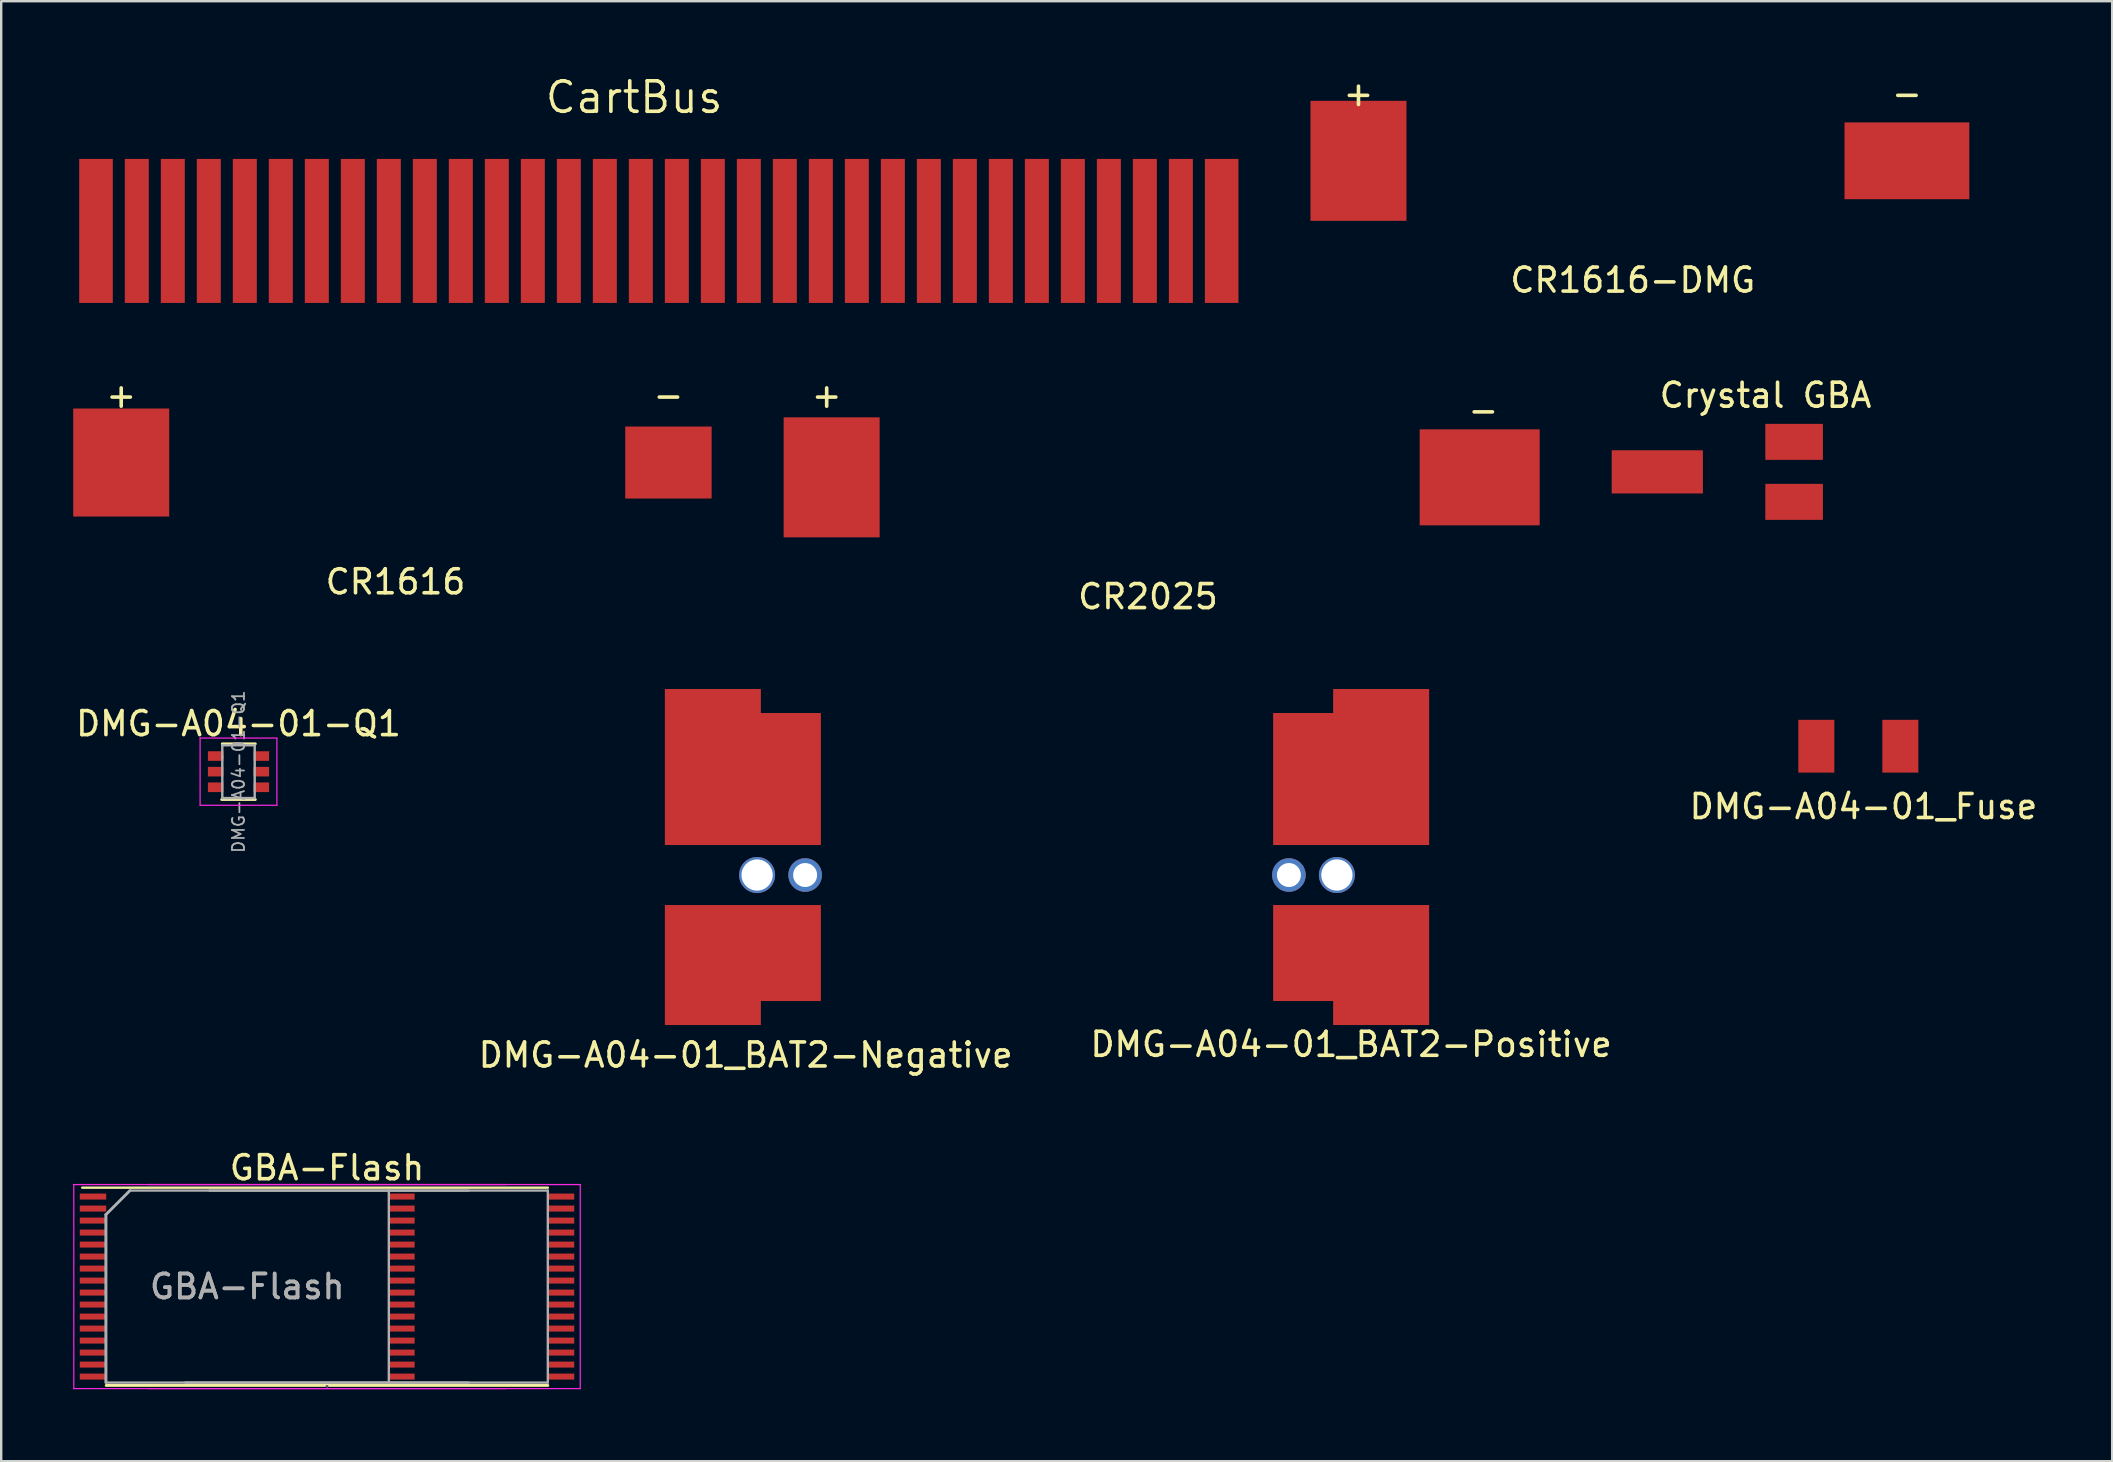
<source format=kicad_pcb>
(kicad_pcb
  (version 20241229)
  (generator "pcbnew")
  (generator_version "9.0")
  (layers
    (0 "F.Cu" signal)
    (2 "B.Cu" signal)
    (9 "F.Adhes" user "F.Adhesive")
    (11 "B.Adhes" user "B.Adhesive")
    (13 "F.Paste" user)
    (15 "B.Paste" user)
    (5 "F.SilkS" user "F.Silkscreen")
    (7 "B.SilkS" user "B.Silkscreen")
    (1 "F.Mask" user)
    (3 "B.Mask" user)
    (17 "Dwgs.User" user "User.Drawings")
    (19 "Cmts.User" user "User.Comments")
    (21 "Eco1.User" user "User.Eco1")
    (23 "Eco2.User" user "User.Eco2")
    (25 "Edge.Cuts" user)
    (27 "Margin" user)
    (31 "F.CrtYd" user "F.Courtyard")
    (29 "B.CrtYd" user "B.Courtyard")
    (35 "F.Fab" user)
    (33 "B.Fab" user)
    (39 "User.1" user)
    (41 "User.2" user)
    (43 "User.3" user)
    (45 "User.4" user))
  (footprint "Crystal GBA"
    (layer "F.Cu")
    (at 70.5 16.61)
    (property "Reference" "Crystal GBA" (at 0.01 -3.19 0) (layer "F.SilkS") (effects (font (size 1 1) (thickness 0.15))))
    (attr through_hole)
    (pad "1" smd rect (at 1.2 -1.25 90) (size 1.5 2.4) (layers "F.Cu" "F.Mask" "F.Paste"))
    (pad "2" smd rect (at 1.2 1.25 90) (size 1.5 2.4) (layers "F.Cu" "F.Mask" "F.Paste"))
    (pad "3" smd rect (at -4.5 0 90) (size 1.8 3.8) (layers "F.Cu" "F.Mask" "F.Paste")))
  (footprint "CR1616"
    (layer "F.Cu")
    (at 13.5 16.221)
    (property "Reference" "CR1616" (at -0.071 4.971 0) (layer "F.SilkS") (effects (font (size 1 1) (thickness 0.15))))
    (attr through_hole)
    (fp_text user "-" (at 11.3 -2.802 0) (layer "F.SilkS") (effects (font (size 1 1) (thickness 0.15))))
    (fp_text user "+" (at -11.5 -2.802 0) (layer "F.SilkS") (effects (font (size 1 1) (thickness 0.15))))
    (pad "1" smd rect (at -11.5 0) (size 4 4.5) (layers "F.Cu" "F.Mask" "F.Paste"))
    (pad "2" smd rect (at 11.3 0) (size 3.6 3) (layers "F.Cu" "F.Mask" "F.Paste")))
  (footprint "DMG-A04-01_BAT2-Positive"
    (layer "F.Cu")
    (at 53.244 33.407)
    (property "Reference" "DMG-A04-01_BAT2-Positive" (at 0 7.056 0) (layer "F.SilkS") (effects (font (size 1 1) (thickness 0.15))))
    (attr through_hole)
    (pad "1" thru_hole circle (at -2.593 0) (size 1.4 1.4) (drill 1) (layers "*.Cu" "*.Mask"))
    (pad "1" thru_hole circle (at -0.593 0) (size 1.5 1.5) (drill 1.3) (layers "*.Cu" "*.Mask"))
    (pad "1" smd custom (at 0 -4) (size 6.5 5.5) (layers "F.Cu" "F.Mask" "F.Paste") (options (anchor rect)) (primitives (gr_poly (pts (xy 3.25 -3.75) (xy 3.25 -2.75) (xy -0.75 -2.75) (xy -0.75 -3.75)) (width 0) (fill yes))))
    (pad "1" smd custom (at 0 3.25) (size 6.5 4) (layers "F.Cu" "F.Mask" "F.Paste") (options (anchor rect)) (primitives (gr_poly (pts (xy 3.25 3) (xy 3.25 2) (xy -0.75 2) (xy -0.75 3)) (width 0) (fill yes)))))
  (footprint "CartBus"
    (layer "F.Cu")
    (at 0.25 3.571)
    (property "Reference" "CartBus" (at 23.12 -2.565 0) (layer "F.SilkS") (effects (font (size 1.27 1.27) (thickness 0.15))))
    (attr through_hole)
    (pad "1" smd rect (at 0.7 3 180) (size 1.4 6) (layers "F.Cu" "F.Mask" "F.Paste"))
    (pad "2" smd rect (at 2.4 3) (size 1 6) (layers "F.Cu" "F.Mask" "F.Paste"))
    (pad "3" smd rect (at 3.9 3 180) (size 1 6) (layers "F.Cu" "F.Mask" "F.Paste"))
    (pad "4" smd rect (at 5.4 3 180) (size 1 6) (layers "F.Cu" "F.Mask" "F.Paste"))
    (pad "5" smd rect (at 6.9 3) (size 1 6) (layers "F.Cu" "F.Mask" "F.Paste"))
    (pad "6" smd rect (at 8.4 3) (size 1 6) (layers "F.Cu" "F.Mask" "F.Paste"))
    (pad "7" smd rect (at 9.9 3) (size 1 6) (layers "F.Cu" "F.Mask" "F.Paste"))
    (pad "8" smd rect (at 11.4 3) (size 1 6) (layers "F.Cu" "F.Mask" "F.Paste"))
    (pad "9" smd rect (at 12.9 3) (size 1 6) (layers "F.Cu" "F.Mask" "F.Paste"))
    (pad "10" smd rect (at 14.4 3) (size 1 6) (layers "F.Cu" "F.Mask" "F.Paste"))
    (pad "11" smd rect (at 15.9 3) (size 1 6) (layers "F.Cu" "F.Mask" "F.Paste"))
    (pad "12" smd rect (at 17.4 3) (size 1 6) (layers "F.Cu" "F.Mask" "F.Paste"))
    (pad "13" smd rect (at 18.9 3) (size 1 6) (layers "F.Cu" "F.Mask" "F.Paste"))
    (pad "14" smd rect (at 20.4 3) (size 1 6) (layers "F.Cu" "F.Mask" "F.Paste"))
    (pad "15" smd rect (at 21.9 3) (size 1 6) (layers "F.Cu" "F.Mask" "F.Paste"))
    (pad "16" smd rect (at 23.4 3) (size 1 6) (layers "F.Cu" "F.Mask" "F.Paste"))
    (pad "17" smd rect (at 24.9 3) (size 1 6) (layers "F.Cu" "F.Mask" "F.Paste"))
    (pad "18" smd rect (at 26.4 3) (size 1 6) (layers "F.Cu" "F.Mask" "F.Paste"))
    (pad "19" smd rect (at 27.9 3) (size 1 6) (layers "F.Cu" "F.Mask" "F.Paste"))
    (pad "20" smd rect (at 29.4 3) (size 1 6) (layers "F.Cu" "F.Mask" "F.Paste"))
    (pad "21" smd rect (at 30.9 3) (size 1 6) (layers "F.Cu" "F.Mask" "F.Paste"))
    (pad "22" smd rect (at 32.4 3) (size 1 6) (layers "F.Cu" "F.Mask" "F.Paste"))
    (pad "23" smd rect (at 33.9 3) (size 1 6) (layers "F.Cu" "F.Mask" "F.Paste"))
    (pad "24" smd rect (at 35.4 3) (size 1 6) (layers "F.Cu" "F.Mask" "F.Paste"))
    (pad "25" smd rect (at 36.9 3) (size 1 6) (layers "F.Cu" "F.Mask" "F.Paste"))
    (pad "26" smd rect (at 38.4 3) (size 1 6) (layers "F.Cu" "F.Mask" "F.Paste"))
    (pad "27" smd rect (at 39.9 3) (size 1 6) (layers "F.Cu" "F.Mask" "F.Paste"))
    (pad "28" smd rect (at 41.4 3) (size 1 6) (layers "F.Cu" "F.Mask" "F.Paste"))
    (pad "29" smd rect (at 42.9 3) (size 1 6) (layers "F.Cu" "F.Mask" "F.Paste"))
    (pad "30" smd rect (at 44.4 3) (size 1 6) (layers "F.Cu" "F.Mask" "F.Paste"))
    (pad "31" smd rect (at 45.9 3) (size 1 6) (layers "F.Cu" "F.Mask" "F.Paste"))
    (pad "32" smd rect (at 47.6 3 180) (size 1.4 6) (layers "F.Cu" "F.Mask" "F.Paste")))
  (footprint "GBA-Flash"
    (layer "F.Cu")
    (at 10.575 50.554)
    (property "Reference" "GBA-Flash" (at 0 -4.95 0) (layer "F.SilkS") (effects (font (size 1 1) (thickness 0.15))))
    (attr smd)
    (fp_line (start -9.2 4.12) (end 9.2 4.12) (stroke (width 0.12) (type solid)) (layer "F.SilkS"))
    (fp_line (start 9.2 -4.12) (end -10.2 -4.12) (stroke (width 0.1) (type solid)) (layer "F.SilkS"))
    (fp_line (start -10.55 -4.25) (end 10.55 -4.25) (stroke (width 0.05) (type solid)) (layer "F.CrtYd"))
    (fp_line (start -10.55 4.25) (end -10.55 -4.25) (stroke (width 0.05) (type solid)) (layer "F.CrtYd"))
    (fp_line (start -7.45 4.25) (end 7.45 4.25) (stroke (width 0.05) (type solid)) (layer "F.CrtYd"))
    (fp_line (start 7.45 -4.25) (end -7.45 -4.25) (stroke (width 0.05) (type solid)) (layer "F.CrtYd"))
    (fp_line (start 10.55 -4.25) (end 10.55 4.25) (stroke (width 0.05) (type solid)) (layer "F.CrtYd"))
    (fp_line (start 10.55 4.25) (end -10.55 4.25) (stroke (width 0.05) (type solid)) (layer "F.CrtYd"))
    (fp_line (start 0 4.16) (end 0 4.16) (stroke (width 0.12) (type solid)) (layer "B.Fab"))
    (fp_line (start -9.225 -3) (end -8.225 -4) (stroke (width 0.1) (type solid)) (layer "F.Fab"))
    (fp_line (start -9.225 4) (end -9.225 -3) (stroke (width 0.1) (type solid)) (layer "F.Fab"))
    (fp_line (start -9.2 4) (end -9.2 -3) (stroke (width 0.1) (type solid)) (layer "F.Fab"))
    (fp_line (start -8.2 -4) (end -9.2 -3) (stroke (width 0.1) (type solid)) (layer "F.Fab"))
    (fp_line (start -8.2 -4) (end 9.2 -4) (stroke (width 0.1) (type solid)) (layer "F.Fab"))
    (fp_line (start -4.9 -4) (end 5.9 -4) (stroke (width 0.1) (type solid)) (layer "F.Fab"))
    (fp_line (start 2.575 -4) (end 2.575 4) (stroke (width 0.1) (type solid)) (layer "F.Fab"))
    (fp_line (start 5.9 4) (end -5.9 4) (stroke (width 0.1) (type solid)) (layer "F.Fab"))
    (fp_line (start 9.2 -4) (end 9.2 4) (stroke (width 0.1) (type solid)) (layer "F.Fab"))
    (fp_line (start 9.2 4) (end -9.2 4) (stroke (width 0.1) (type solid)) (layer "F.Fab"))
    (fp_text user "${REFERENCE}" (at -3.325 0 0) (layer "F.Fab") (effects (font (size 1 1) (thickness 0.15))))
    (fp_text user "${REFERENCE}" (at -3.325 0 0) (layer "F.Fab") (effects (font (size 1 1) (thickness 0.15))))
    (pad "1" smd rect (at -9.75 -3.75) (size 1.1 0.25) (layers "F.Cu" "F.Mask" "F.Paste"))
    (pad "2" smd rect (at -9.75 -3.25) (size 1.1 0.25) (layers "F.Cu" "F.Mask" "F.Paste"))
    (pad "3" smd rect (at -9.75 -2.75) (size 1.1 0.25) (layers "F.Cu" "F.Mask" "F.Paste"))
    (pad "4" smd rect (at -9.75 -2.25) (size 1.1 0.25) (layers "F.Cu" "F.Mask" "F.Paste"))
    (pad "5" smd rect (at -9.75 -1.75) (size 1.1 0.25) (layers "F.Cu" "F.Mask" "F.Paste"))
    (pad "6" smd rect (at -9.75 -1.25) (size 1.1 0.25) (layers "F.Cu" "F.Mask" "F.Paste"))
    (pad "7" smd rect (at -9.75 -0.75) (size 1.1 0.25) (layers "F.Cu" "F.Mask" "F.Paste"))
    (pad "8" smd rect (at -9.75 -0.25) (size 1.1 0.25) (layers "F.Cu" "F.Mask" "F.Paste"))
    (pad "9" smd rect (at -9.75 0.25) (size 1.1 0.25) (layers "F.Cu" "F.Mask" "F.Paste"))
    (pad "10" smd rect (at -9.75 0.75) (size 1.1 0.25) (layers "F.Cu" "F.Mask" "F.Paste"))
    (pad "11" smd rect (at -9.75 1.25) (size 1.1 0.25) (layers "F.Cu" "F.Mask" "F.Paste"))
    (pad "12" smd rect (at -9.75 1.75) (size 1.1 0.25) (layers "F.Cu" "F.Mask" "F.Paste"))
    (pad "13" smd rect (at -9.75 2.25) (size 1.1 0.25) (layers "F.Cu" "F.Mask" "F.Paste"))
    (pad "14" smd rect (at -9.75 2.75) (size 1.1 0.25) (layers "F.Cu" "F.Mask" "F.Paste"))
    (pad "15" smd rect (at -9.75 3.25) (size 1.1 0.25) (layers "F.Cu" "F.Mask" "F.Paste"))
    (pad "16" smd rect (at -9.75 3.75) (size 1.1 0.25) (layers "F.Cu" "F.Mask" "F.Paste"))
    (pad "17" smd rect (at 3.1 3.75) (size 1.1 0.25) (layers "F.Cu" "F.Mask" "F.Paste"))
    (pad "17" smd rect (at 9.75 3.75) (size 1.1 0.25) (layers "F.Cu" "F.Mask" "F.Paste"))
    (pad "18" smd rect (at 3.1 3.25) (size 1.1 0.25) (layers "F.Cu" "F.Mask" "F.Paste"))
    (pad "18" smd rect (at 9.75 3.25) (size 1.1 0.25) (layers "F.Cu" "F.Mask" "F.Paste"))
    (pad "19" smd rect (at 3.1 2.75) (size 1.1 0.25) (layers "F.Cu" "F.Mask" "F.Paste"))
    (pad "19" smd rect (at 9.75 2.75) (size 1.1 0.25) (layers "F.Cu" "F.Mask" "F.Paste"))
    (pad "20" smd rect (at 3.1 2.25) (size 1.1 0.25) (layers "F.Cu" "F.Mask" "F.Paste"))
    (pad "20" smd rect (at 9.75 2.25) (size 1.1 0.25) (layers "F.Cu" "F.Mask" "F.Paste"))
    (pad "21" smd rect (at 3.1 1.75) (size 1.1 0.25) (layers "F.Cu" "F.Mask" "F.Paste"))
    (pad "21" smd rect (at 9.75 1.75) (size 1.1 0.25) (layers "F.Cu" "F.Mask" "F.Paste"))
    (pad "22" smd rect (at 3.1 1.25) (size 1.1 0.25) (layers "F.Cu" "F.Mask" "F.Paste"))
    (pad "22" smd rect (at 9.75 1.25) (size 1.1 0.25) (layers "F.Cu" "F.Mask" "F.Paste"))
    (pad "23" smd rect (at 3.1 0.75) (size 1.1 0.25) (layers "F.Cu" "F.Mask" "F.Paste"))
    (pad "23" smd rect (at 9.75 0.75) (size 1.1 0.25) (layers "F.Cu" "F.Mask" "F.Paste"))
    (pad "24" smd rect (at 3.1 0.25) (size 1.1 0.25) (layers "F.Cu" "F.Mask" "F.Paste"))
    (pad "24" smd rect (at 9.75 0.25) (size 1.1 0.25) (layers "F.Cu" "F.Mask" "F.Paste"))
    (pad "25" smd rect (at 3.1 -0.25) (size 1.1 0.25) (layers "F.Cu" "F.Mask" "F.Paste"))
    (pad "25" smd rect (at 9.75 -0.25) (size 1.1 0.25) (layers "F.Cu" "F.Mask" "F.Paste"))
    (pad "26" smd rect (at 3.1 -0.75) (size 1.1 0.25) (layers "F.Cu" "F.Mask" "F.Paste"))
    (pad "26" smd rect (at 9.75 -0.75) (size 1.1 0.25) (layers "F.Cu" "F.Mask" "F.Paste"))
    (pad "27" smd rect (at 3.1 -1.25) (size 1.1 0.25) (layers "F.Cu" "F.Mask" "F.Paste"))
    (pad "27" smd rect (at 9.75 -1.25) (size 1.1 0.25) (layers "F.Cu" "F.Mask" "F.Paste"))
    (pad "28" smd rect (at 3.1 -1.75) (size 1.1 0.25) (layers "F.Cu" "F.Mask" "F.Paste"))
    (pad "28" smd rect (at 9.75 -1.75) (size 1.1 0.25) (layers "F.Cu" "F.Mask" "F.Paste"))
    (pad "29" smd rect (at 3.1 -2.25) (size 1.1 0.25) (layers "F.Cu" "F.Mask" "F.Paste"))
    (pad "29" smd rect (at 9.75 -2.25) (size 1.1 0.25) (layers "F.Cu" "F.Mask" "F.Paste"))
    (pad "30" smd rect (at 3.1 -2.75) (size 1.1 0.25) (layers "F.Cu" "F.Mask" "F.Paste"))
    (pad "30" smd rect (at 9.75 -2.75) (size 1.1 0.25) (layers "F.Cu" "F.Mask" "F.Paste"))
    (pad "31" smd rect (at 3.1 -3.25) (size 1.1 0.25) (layers "F.Cu" "F.Mask" "F.Paste"))
    (pad "31" smd rect (at 9.75 -3.25) (size 1.1 0.25) (layers "F.Cu" "F.Mask" "F.Paste"))
    (pad "32" smd rect (at 3.1 -3.75) (size 1.1 0.25) (layers "F.Cu" "F.Mask" "F.Paste"))
    (pad "32" smd rect (at 9.75 -3.75) (size 1.1 0.25) (layers "F.Cu" "F.Mask" "F.Paste")))
  (footprint "DMG-A04-01-Q1"
    (layer "F.Cu")
    (at 6.887 29.101)
    (property "Reference" "DMG-A04-01-Q1" (at 0 -2 0) (layer "F.SilkS") (effects (font (size 1 1) (thickness 0.15))))
    (attr smd)
    (fp_line (start -0.7 1.16) (end 0.7 1.16) (stroke (width 0.12) (type solid)) (layer "F.SilkS"))
    (fp_line (start 0.7 -1.16) (end -0.675 -1.16) (stroke (width 0.12) (type solid)) (layer "F.SilkS"))
    (fp_line (start -1.6 -1.4) (end -1.6 1.4) (stroke (width 0.05) (type solid)) (layer "F.CrtYd"))
    (fp_line (start -1.6 -1.4) (end 1.6 -1.4) (stroke (width 0.05) (type solid)) (layer "F.CrtYd"))
    (fp_line (start -1.6 1.4) (end 1.6 1.4) (stroke (width 0.05) (type solid)) (layer "F.CrtYd"))
    (fp_line (start 1.6 1.4) (end 1.6 -1.4) (stroke (width 0.05) (type solid)) (layer "F.CrtYd"))
    (fp_line (start -0.675 -1.1) (end -0.675 -0.6) (stroke (width 0.1) (type solid)) (layer "F.Fab"))
    (fp_line (start -0.675 -0.6) (end -0.675 1.1) (stroke (width 0.1) (type solid)) (layer "F.Fab"))
    (fp_line (start 0.675 -1.1) (end -0.675 -1.1) (stroke (width 0.1) (type solid)) (layer "F.Fab"))
    (fp_line (start 0.675 -1.1) (end 0.675 1.1) (stroke (width 0.1) (type solid)) (layer "F.Fab"))
    (fp_line (start 0.675 1.1) (end -0.675 1.1) (stroke (width 0.1) (type solid)) (layer "F.Fab"))
    (fp_text user "${REFERENCE}" (at 0 0 90) (layer "F.Fab") (effects (font (size 0.5 0.5) (thickness 0.075))))
    (pad "1" smd rect (at -0.95 -0.65) (size 0.65 0.4) (layers "F.Cu" "F.Mask" "F.Paste"))
    (pad "2" smd rect (at -0.95 0) (size 0.65 0.4) (layers "F.Cu" "F.Mask" "F.Paste"))
    (pad "3" smd rect (at -0.95 0.65) (size 0.65 0.4) (layers "F.Cu" "F.Mask" "F.Paste"))
    (pad "4" smd rect (at 0.95 0.65) (size 0.65 0.4) (layers "F.Cu" "F.Mask" "F.Paste"))
    (pad "5" smd rect (at 0.95 0) (size 0.65 0.4) (layers "F.Cu" "F.Mask" "F.Paste"))
    (pad "6" smd rect (at 0.95 -0.65) (size 0.65 0.4) (layers "F.Cu" "F.Mask" "F.Paste")))
  (footprint "CR1616-DMG"
    (layer "F.Cu")
    (at 65.05 3.65)
    (property "Reference" "CR1616-DMG" (at -0.071 4.971 0) (layer "F.SilkS") (effects (font (size 1 1) (thickness 0.15))))
    (attr through_hole)
    (fp_text user "+" (at -11.5 -2.802 0) (layer "F.SilkS") (effects (font (size 1 1) (thickness 0.15))))
    (fp_text user "-" (at 11.35 -2.802 0) (layer "F.SilkS") (effects (font (size 1 1) (thickness 0.15))))
    (pad "1" smd rect (at -11.5 0) (size 4 5) (layers "F.Cu" "F.Mask" "F.Paste"))
    (pad "2" smd rect (at 11.35 0) (size 5.2 3.2) (layers "F.Cu" "F.Mask" "F.Paste")))
  (footprint "DMG-A04-01_Fuse"
    (layer "F.Cu")
    (at 74.587 25.907)
    (property "Reference" "DMG-A04-01_Fuse" (at 0.003 4.648 0) (layer "F.SilkS") (effects (font (size 1 1) (thickness 0.15))))
    (attr through_hole)
    (pad "1" smd rect (at -1.961 2.133 270) (size 2.2 1.5) (layers "F.Cu" "F.Mask" "F.Paste"))
    (pad "2" smd rect (at 1.539 2.133 90) (size 2.2 1.5) (layers "F.Cu" "F.Mask" "F.Paste")))
  (footprint "CR2025"
    (layer "F.Cu")
    (at 44.85 16.838)
    (property "Reference" "CR2025" (at -0.071 4.971 0) (layer "F.SilkS") (effects (font (size 1 1) (thickness 0.15))))
    (attr through_hole)
    (fp_text user "+" (at -13.457 -3.419 0) (layer "F.SilkS") (effects (font (size 1 1) (thickness 0.15))))
    (fp_text user "-" (at 13.901 -2.802 0) (layer "F.SilkS") (effects (font (size 1 1) (thickness 0.15))))
    (pad "1" smd rect (at -13.25 0) (size 4 5) (layers "F.Cu" "F.Mask" "F.Paste"))
    (pad "1" smd rect (at 13.75 0) (size 5 4) (layers "F.Cu" "F.Mask" "F.Paste")))
  (footprint "DMG-A04-01_BAT2-Negative"
    (layer "F.Cu")
    (at 28.018 33.407)
    (property "Reference" "DMG-A04-01_BAT2-Negative" (at 0 7.5 0) (layer "F.SilkS") (effects (font (size 1 1) (thickness 0.15))))
    (attr through_hole)
    (pad "1" smd custom (at -0.117 -4) (size 6.5 5.5) (layers "F.Cu" "F.Mask" "F.Paste") (options (anchor rect)) (primitives (gr_poly (pts (xy -3.25 -3.75) (xy -3.25 -2.75) (xy 0.75 -2.75) (xy 0.75 -3.75)) (width 0) (fill yes))))
    (pad "1" smd custom (at -0.117 3.25) (size 6.5 4) (layers "F.Cu" "F.Mask" "F.Paste") (options (anchor rect)) (primitives (gr_poly (pts (xy -3.25 3) (xy -3.25 2) (xy 0.75 2) (xy 0.75 3)) (width 0) (fill yes))))
    (pad "1" thru_hole circle (at 0.476 0) (size 1.5 1.5) (drill 1.3) (layers "*.Cu" "*.Mask"))
    (pad "1" thru_hole circle (at 2.477 0) (size 1.4 1.4) (drill 1) (layers "*.Cu" "*.Mask")))
  (gr_rect
    (start -3 -3)
    (end 84.952 57.829)
    (stroke (width 0.1) (type default))
    (fill no)
    (layer "Edge.Cuts")))
</source>
